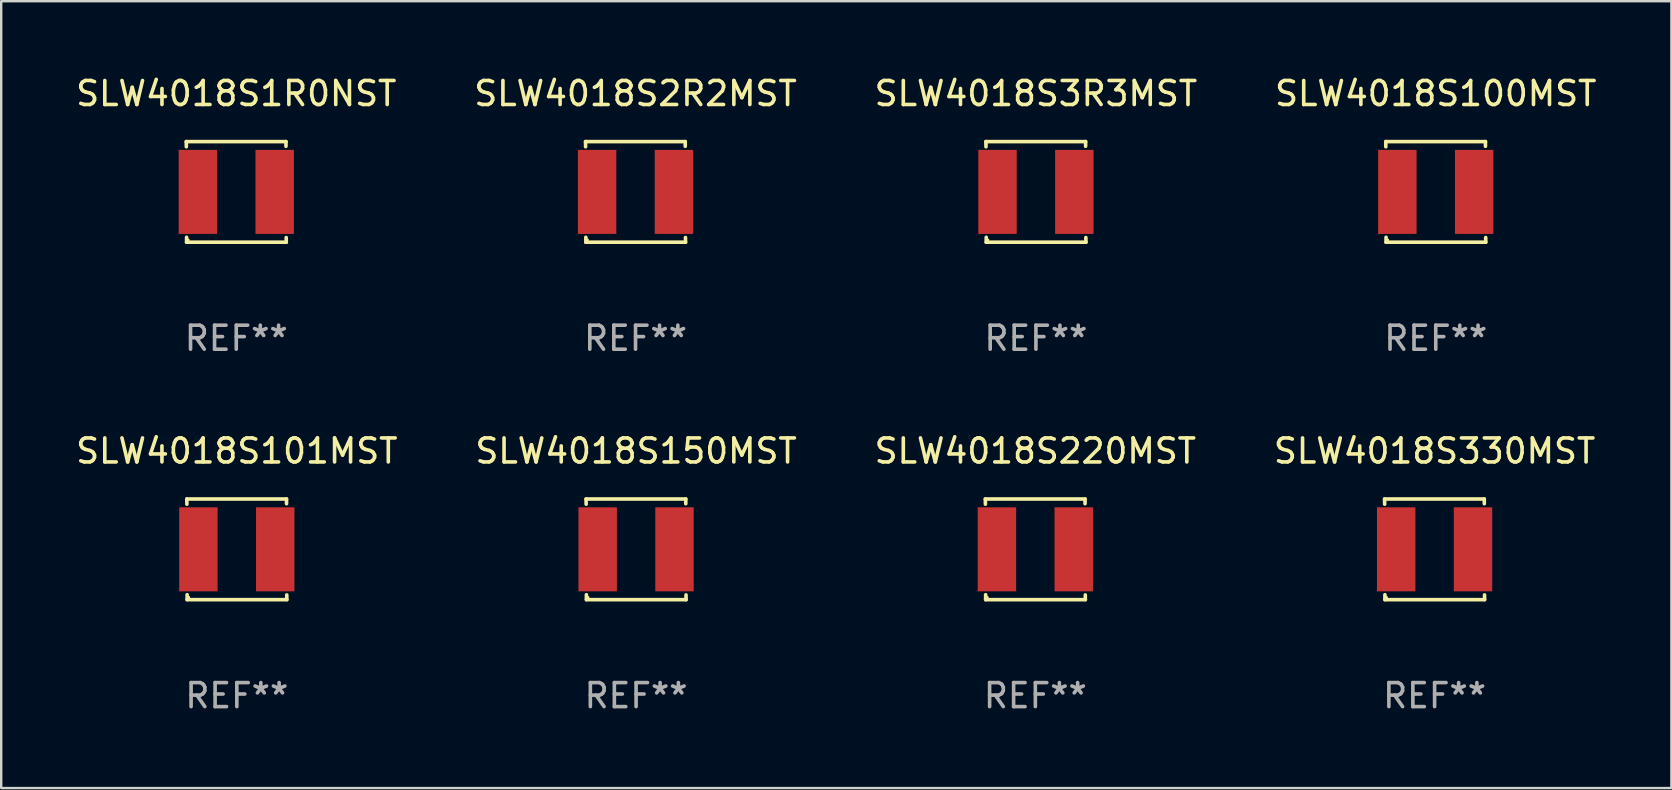
<source format=kicad_pcb>
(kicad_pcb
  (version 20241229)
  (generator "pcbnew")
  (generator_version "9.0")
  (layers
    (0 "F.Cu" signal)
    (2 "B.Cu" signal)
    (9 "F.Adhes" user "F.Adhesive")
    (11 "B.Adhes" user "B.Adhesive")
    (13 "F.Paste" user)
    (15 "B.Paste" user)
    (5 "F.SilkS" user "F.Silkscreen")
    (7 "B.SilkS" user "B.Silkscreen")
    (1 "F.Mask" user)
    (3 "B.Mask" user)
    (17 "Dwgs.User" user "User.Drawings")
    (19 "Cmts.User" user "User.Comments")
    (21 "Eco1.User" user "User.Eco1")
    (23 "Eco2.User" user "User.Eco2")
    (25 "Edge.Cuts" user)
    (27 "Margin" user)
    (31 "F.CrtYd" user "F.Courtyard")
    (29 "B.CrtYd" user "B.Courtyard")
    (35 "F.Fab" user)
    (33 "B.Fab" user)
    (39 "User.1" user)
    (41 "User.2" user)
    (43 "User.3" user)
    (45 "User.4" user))
  (footprint "SLW4018S2R2MST"
    (layer "F.Cu")
    (at 23.423 4.944)
    (property "Reference" "SLW4018S2R2MST" (at 0 -4.096 0) (layer "F.SilkS") (effects (font (size 1 1) (thickness 0.15))))
    (attr through_hole)
    (fp_line (start -2.083 -2.096) (end -2.08 -1.88) (stroke (width 0.15) (type solid)) (layer "F.SilkS"))
    (fp_line (start -2.07 1.89) (end -2.07 2.096) (stroke (width 0.15) (type solid)) (layer "F.SilkS"))
    (fp_line (start -2.07 2.096) (end 2.083 2.096) (stroke (width 0.15) (type solid)) (layer "F.SilkS"))
    (fp_line (start 2.07 -1.9) (end 2.07 -2.096) (stroke (width 0.15) (type solid)) (layer "F.SilkS"))
    (fp_line (start 2.07 -2.096) (end -2.083 -2.096) (stroke (width 0.15) (type solid)) (layer "F.SilkS"))
    (fp_line (start 2.083 2.096) (end 2.08 1.9) (stroke (width 0.15) (type solid)) (layer "F.SilkS"))
    (fp_circle (center -2 2) (end -1.97 2) (stroke (width 0.06) (type solid)) (fill no) (layer "F.SilkS"))
    (fp_text user "REF**" (at 0 6.096 0) (layer "F.Fab") (effects (font (size 1 1) (thickness 0.15))))
    (pad "1" smd rect (at -1.6 -0.000343) (size 1.6 3.5) (layers "F.Cu" "F.Mask" "F.Paste"))
    (pad "2" smd rect (at 1.6 -0.000343) (size 1.6 3.5) (layers "F.Cu" "F.Mask" "F.Paste")))
  (footprint "SLW4018S3R3MST"
    (layer "F.Cu")
    (at 40.101 4.944)
    (property "Reference" "SLW4018S3R3MST" (at 0 -4.096 0) (layer "F.SilkS") (effects (font (size 1 1) (thickness 0.15))))
    (attr through_hole)
    (fp_line (start -2.083 -2.096) (end -2.08 -1.88) (stroke (width 0.15) (type solid)) (layer "F.SilkS"))
    (fp_line (start -2.07 1.89) (end -2.07 2.096) (stroke (width 0.15) (type solid)) (layer "F.SilkS"))
    (fp_line (start -2.07 2.096) (end 2.083 2.096) (stroke (width 0.15) (type solid)) (layer "F.SilkS"))
    (fp_line (start 2.07 -1.9) (end 2.07 -2.096) (stroke (width 0.15) (type solid)) (layer "F.SilkS"))
    (fp_line (start 2.07 -2.096) (end -2.083 -2.096) (stroke (width 0.15) (type solid)) (layer "F.SilkS"))
    (fp_line (start 2.083 2.096) (end 2.08 1.9) (stroke (width 0.15) (type solid)) (layer "F.SilkS"))
    (fp_circle (center -2 2) (end -1.97 2) (stroke (width 0.06) (type solid)) (fill no) (layer "F.SilkS"))
    (fp_text user "REF**" (at 0 6.096 0) (layer "F.Fab") (effects (font (size 1 1) (thickness 0.15))))
    (pad "1" smd rect (at -1.6 -0.000343) (size 1.6 3.5) (layers "F.Cu" "F.Mask" "F.Paste"))
    (pad "2" smd rect (at 1.6 -0.000343) (size 1.6 3.5) (layers "F.Cu" "F.Mask" "F.Paste")))
  (footprint "SLW4018S220MST"
    (layer "F.Cu")
    (at 40.077 19.832)
    (property "Reference" "SLW4018S220MST" (at 0 -4.096 0) (layer "F.SilkS") (effects (font (size 1 1) (thickness 0.15))))
    (attr through_hole)
    (fp_line (start -2.083 -2.096) (end -2.08 -1.88) (stroke (width 0.15) (type solid)) (layer "F.SilkS"))
    (fp_line (start -2.07 1.89) (end -2.07 2.096) (stroke (width 0.15) (type solid)) (layer "F.SilkS"))
    (fp_line (start -2.07 2.096) (end 2.083 2.096) (stroke (width 0.15) (type solid)) (layer "F.SilkS"))
    (fp_line (start 2.07 -1.9) (end 2.07 -2.096) (stroke (width 0.15) (type solid)) (layer "F.SilkS"))
    (fp_line (start 2.07 -2.096) (end -2.083 -2.096) (stroke (width 0.15) (type solid)) (layer "F.SilkS"))
    (fp_line (start 2.083 2.096) (end 2.08 1.9) (stroke (width 0.15) (type solid)) (layer "F.SilkS"))
    (fp_circle (center -2 2) (end -1.97 2) (stroke (width 0.06) (type solid)) (fill no) (layer "F.SilkS"))
    (fp_text user "REF**" (at 0 6.096 0) (layer "F.Fab") (effects (font (size 1 1) (thickness 0.15))))
    (pad "1" smd rect (at -1.6 -0.000343) (size 1.6 3.5) (layers "F.Cu" "F.Mask" "F.Paste"))
    (pad "2" smd rect (at 1.6 -0.000343) (size 1.6 3.5) (layers "F.Cu" "F.Mask" "F.Paste")))
  (footprint "SLW4018S100MST"
    (layer "F.Cu")
    (at 56.756 4.944)
    (property "Reference" "SLW4018S100MST" (at 0 -4.096 0) (layer "F.SilkS") (effects (font (size 1 1) (thickness 0.15))))
    (attr through_hole)
    (fp_line (start -2.083 -2.096) (end -2.08 -1.88) (stroke (width 0.15) (type solid)) (layer "F.SilkS"))
    (fp_line (start -2.07 1.89) (end -2.07 2.096) (stroke (width 0.15) (type solid)) (layer "F.SilkS"))
    (fp_line (start -2.07 2.096) (end 2.083 2.096) (stroke (width 0.15) (type solid)) (layer "F.SilkS"))
    (fp_line (start 2.07 -1.9) (end 2.07 -2.096) (stroke (width 0.15) (type solid)) (layer "F.SilkS"))
    (fp_line (start 2.07 -2.096) (end -2.083 -2.096) (stroke (width 0.15) (type solid)) (layer "F.SilkS"))
    (fp_line (start 2.083 2.096) (end 2.08 1.9) (stroke (width 0.15) (type solid)) (layer "F.SilkS"))
    (fp_circle (center -2 2) (end -1.97 2) (stroke (width 0.06) (type solid)) (fill no) (layer "F.SilkS"))
    (fp_text user "REF**" (at 0 6.096 0) (layer "F.Fab") (effects (font (size 1 1) (thickness 0.15))))
    (pad "1" smd rect (at -1.6 -0.000343) (size 1.6 3.5) (layers "F.Cu" "F.Mask" "F.Paste"))
    (pad "2" smd rect (at 1.6 -0.000343) (size 1.6 3.5) (layers "F.Cu" "F.Mask" "F.Paste")))
  (footprint "SLW4018S330MST"
    (layer "F.Cu")
    (at 56.708 19.832)
    (property "Reference" "SLW4018S330MST" (at 0 -4.096 0) (layer "F.SilkS") (effects (font (size 1 1) (thickness 0.15))))
    (attr through_hole)
    (fp_line (start -2.083 -2.096) (end -2.08 -1.88) (stroke (width 0.15) (type solid)) (layer "F.SilkS"))
    (fp_line (start -2.07 1.89) (end -2.07 2.096) (stroke (width 0.15) (type solid)) (layer "F.SilkS"))
    (fp_line (start -2.07 2.096) (end 2.083 2.096) (stroke (width 0.15) (type solid)) (layer "F.SilkS"))
    (fp_line (start 2.07 -1.9) (end 2.07 -2.096) (stroke (width 0.15) (type solid)) (layer "F.SilkS"))
    (fp_line (start 2.07 -2.096) (end -2.083 -2.096) (stroke (width 0.15) (type solid)) (layer "F.SilkS"))
    (fp_line (start 2.083 2.096) (end 2.08 1.9) (stroke (width 0.15) (type solid)) (layer "F.SilkS"))
    (fp_circle (center -2 2) (end -1.97 2) (stroke (width 0.06) (type solid)) (fill no) (layer "F.SilkS"))
    (fp_text user "REF**" (at 0 6.096 0) (layer "F.Fab") (effects (font (size 1 1) (thickness 0.15))))
    (pad "1" smd rect (at -1.6 -0.000343) (size 1.6 3.5) (layers "F.Cu" "F.Mask" "F.Paste"))
    (pad "2" smd rect (at 1.6 -0.000343) (size 1.6 3.5) (layers "F.Cu" "F.Mask" "F.Paste")))
  (footprint "SLW4018S101MST"
    (layer "F.Cu")
    (at 6.815 19.832)
    (property "Reference" "SLW4018S101MST" (at 0 -4.096 0) (layer "F.SilkS") (effects (font (size 1 1) (thickness 0.15))))
    (attr through_hole)
    (fp_line (start -2.083 -2.096) (end -2.08 -1.88) (stroke (width 0.15) (type solid)) (layer "F.SilkS"))
    (fp_line (start -2.07 1.89) (end -2.07 2.096) (stroke (width 0.15) (type solid)) (layer "F.SilkS"))
    (fp_line (start -2.07 2.096) (end 2.083 2.096) (stroke (width 0.15) (type solid)) (layer "F.SilkS"))
    (fp_line (start 2.07 -1.9) (end 2.07 -2.096) (stroke (width 0.15) (type solid)) (layer "F.SilkS"))
    (fp_line (start 2.07 -2.096) (end -2.083 -2.096) (stroke (width 0.15) (type solid)) (layer "F.SilkS"))
    (fp_line (start 2.083 2.096) (end 2.08 1.9) (stroke (width 0.15) (type solid)) (layer "F.SilkS"))
    (fp_circle (center -2 2) (end -1.97 2) (stroke (width 0.06) (type solid)) (fill no) (layer "F.SilkS"))
    (fp_text user "REF**" (at 0 6.096 0) (layer "F.Fab") (effects (font (size 1 1) (thickness 0.15))))
    (pad "1" smd rect (at -1.6 -0.000343) (size 1.6 3.5) (layers "F.Cu" "F.Mask" "F.Paste"))
    (pad "2" smd rect (at 1.6 -0.000343) (size 1.6 3.5) (layers "F.Cu" "F.Mask" "F.Paste")))
  (footprint "SLW4018S1R0NST"
    (layer "F.Cu")
    (at 6.792 4.944)
    (property "Reference" "SLW4018S1R0NST" (at 0 -4.096 0) (layer "F.SilkS") (effects (font (size 1 1) (thickness 0.15))))
    (attr through_hole)
    (fp_line (start -2.083 -2.096) (end -2.08 -1.88) (stroke (width 0.15) (type solid)) (layer "F.SilkS"))
    (fp_line (start -2.07 1.89) (end -2.07 2.096) (stroke (width 0.15) (type solid)) (layer "F.SilkS"))
    (fp_line (start -2.07 2.096) (end 2.083 2.096) (stroke (width 0.15) (type solid)) (layer "F.SilkS"))
    (fp_line (start 2.07 -1.9) (end 2.07 -2.096) (stroke (width 0.15) (type solid)) (layer "F.SilkS"))
    (fp_line (start 2.07 -2.096) (end -2.083 -2.096) (stroke (width 0.15) (type solid)) (layer "F.SilkS"))
    (fp_line (start 2.083 2.096) (end 2.08 1.9) (stroke (width 0.15) (type solid)) (layer "F.SilkS"))
    (fp_circle (center -2 2) (end -1.97 2) (stroke (width 0.06) (type solid)) (fill no) (layer "F.SilkS"))
    (fp_text user "REF**" (at 0 6.096 0) (layer "F.Fab") (effects (font (size 1 1) (thickness 0.15))))
    (pad "1" smd rect (at -1.6 -0.000343) (size 1.6 3.5) (layers "F.Cu" "F.Mask" "F.Paste"))
    (pad "2" smd rect (at 1.6 -0.000343) (size 1.6 3.5) (layers "F.Cu" "F.Mask" "F.Paste")))
  (footprint "SLW4018S150MST"
    (layer "F.Cu")
    (at 23.446 19.832)
    (property "Reference" "SLW4018S150MST" (at 0 -4.096 0) (layer "F.SilkS") (effects (font (size 1 1) (thickness 0.15))))
    (attr through_hole)
    (fp_line (start -2.083 -2.096) (end -2.08 -1.88) (stroke (width 0.15) (type solid)) (layer "F.SilkS"))
    (fp_line (start -2.07 1.89) (end -2.07 2.096) (stroke (width 0.15) (type solid)) (layer "F.SilkS"))
    (fp_line (start -2.07 2.096) (end 2.083 2.096) (stroke (width 0.15) (type solid)) (layer "F.SilkS"))
    (fp_line (start 2.07 -1.9) (end 2.07 -2.096) (stroke (width 0.15) (type solid)) (layer "F.SilkS"))
    (fp_line (start 2.07 -2.096) (end -2.083 -2.096) (stroke (width 0.15) (type solid)) (layer "F.SilkS"))
    (fp_line (start 2.083 2.096) (end 2.08 1.9) (stroke (width 0.15) (type solid)) (layer "F.SilkS"))
    (fp_circle (center -2 2) (end -1.97 2) (stroke (width 0.06) (type solid)) (fill no) (layer "F.SilkS"))
    (fp_text user "REF**" (at 0 6.096 0) (layer "F.Fab") (effects (font (size 1 1) (thickness 0.15))))
    (pad "1" smd rect (at -1.6 -0.000343) (size 1.6 3.5) (layers "F.Cu" "F.Mask" "F.Paste"))
    (pad "2" smd rect (at 1.6 -0.000343) (size 1.6 3.5) (layers "F.Cu" "F.Mask" "F.Paste")))
  (gr_rect
    (start -3 -3)
    (end 66.571 29.776)
    (stroke (width 0.1) (type default))
    (fill no)
    (layer "Edge.Cuts")))
</source>
